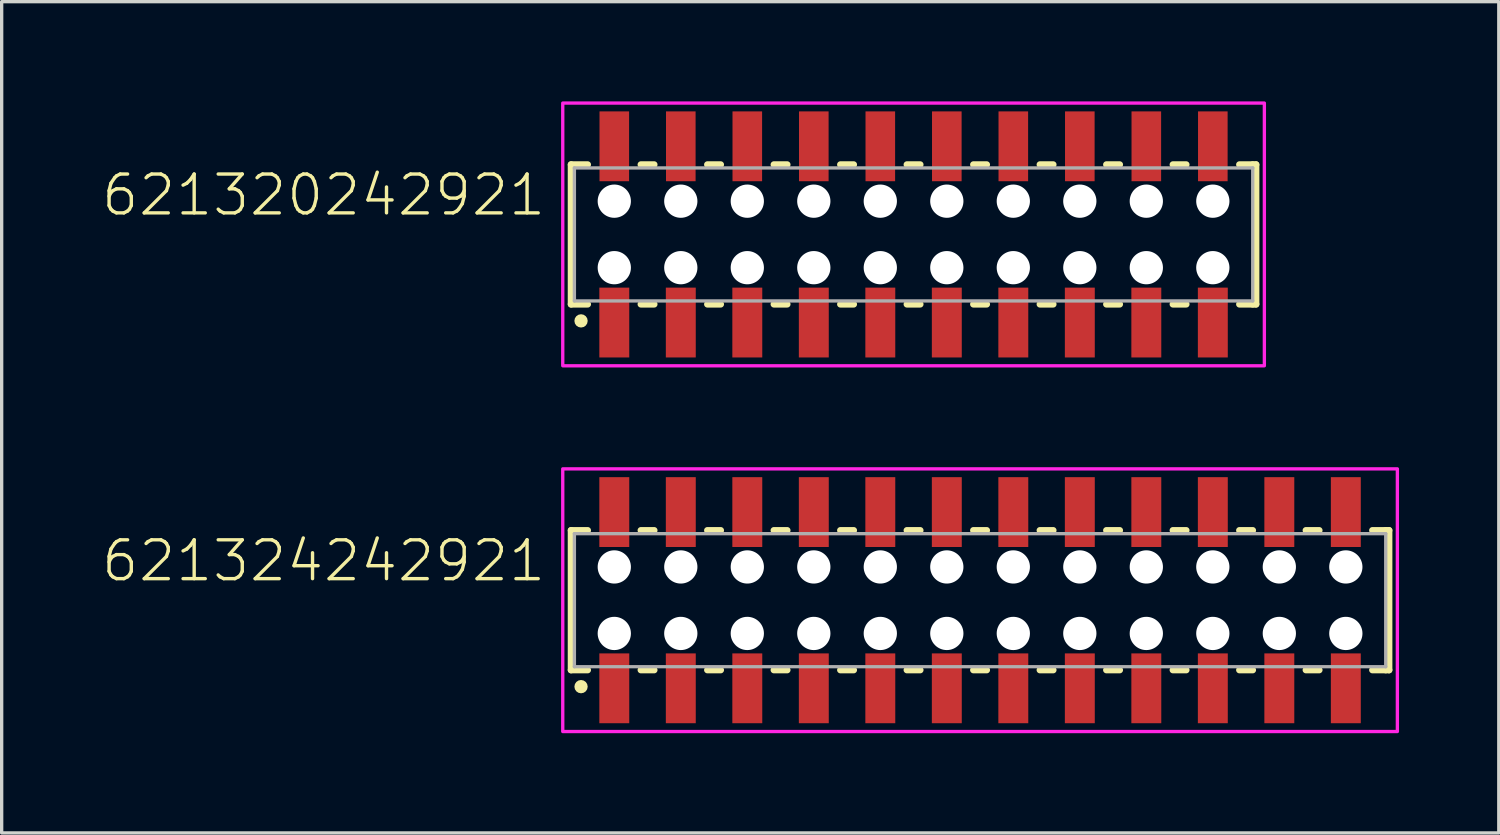
<source format=kicad_pcb>
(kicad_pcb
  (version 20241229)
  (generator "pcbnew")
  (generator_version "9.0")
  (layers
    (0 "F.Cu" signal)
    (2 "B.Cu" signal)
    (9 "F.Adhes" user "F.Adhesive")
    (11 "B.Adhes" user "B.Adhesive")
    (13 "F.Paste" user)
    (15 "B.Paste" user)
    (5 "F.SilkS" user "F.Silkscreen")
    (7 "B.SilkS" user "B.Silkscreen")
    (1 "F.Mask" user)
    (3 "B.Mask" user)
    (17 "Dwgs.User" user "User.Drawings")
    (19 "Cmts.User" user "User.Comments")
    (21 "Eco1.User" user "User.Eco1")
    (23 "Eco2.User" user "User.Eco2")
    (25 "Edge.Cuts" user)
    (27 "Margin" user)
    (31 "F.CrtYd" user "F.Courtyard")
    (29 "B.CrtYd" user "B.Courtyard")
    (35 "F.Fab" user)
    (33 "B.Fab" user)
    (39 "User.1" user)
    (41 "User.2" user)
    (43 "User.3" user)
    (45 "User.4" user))
  (footprint "621320242921"
    (layer "F.Cu")
    (at 24.424 4)
    (property "Reference" "621320242921" (at -11 -0.5 0) (unlocked yes) (layer "F.SilkS") (effects (font (size 1.168 1.168) (thickness 0.102)) (justify right bottom)))
    (fp_line (start -10.3 -2.1) (end -10.3 2.1) (stroke (width 0.2) (type solid)) (layer "F.SilkS"))
    (fp_line (start -10.3 2.1) (end -9.8 2.1) (stroke (width 0.2) (type solid)) (layer "F.SilkS"))
    (fp_line (start -9.8 -2.1) (end -10.3 -2.1) (stroke (width 0.2) (type solid)) (layer "F.SilkS"))
    (fp_line (start -8.2 2.1) (end -7.8 2.1) (stroke (width 0.2) (type solid)) (layer "F.SilkS"))
    (fp_line (start -7.8 -2.1) (end -8.2 -2.1) (stroke (width 0.2) (type solid)) (layer "F.SilkS"))
    (fp_line (start -6.2 2.1) (end -5.8 2.1) (stroke (width 0.2) (type solid)) (layer "F.SilkS"))
    (fp_line (start -5.8 -2.1) (end -6.2 -2.1) (stroke (width 0.2) (type solid)) (layer "F.SilkS"))
    (fp_line (start -4.2 2.1) (end -3.8 2.1) (stroke (width 0.2) (type solid)) (layer "F.SilkS"))
    (fp_line (start -3.8 -2.1) (end -4.2 -2.1) (stroke (width 0.2) (type solid)) (layer "F.SilkS"))
    (fp_line (start -2.2 2.1) (end -1.8 2.1) (stroke (width 0.2) (type solid)) (layer "F.SilkS"))
    (fp_line (start -1.8 -2.1) (end -2.2 -2.1) (stroke (width 0.2) (type solid)) (layer "F.SilkS"))
    (fp_line (start -0.2 2.1) (end 0.2 2.1) (stroke (width 0.2) (type solid)) (layer "F.SilkS"))
    (fp_line (start 0.2 -2.1) (end -0.2 -2.1) (stroke (width 0.2) (type solid)) (layer "F.SilkS"))
    (fp_line (start 1.8 2.1) (end 2.2 2.1) (stroke (width 0.2) (type solid)) (layer "F.SilkS"))
    (fp_line (start 2.2 -2.1) (end 1.8 -2.1) (stroke (width 0.2) (type solid)) (layer "F.SilkS"))
    (fp_line (start 3.8 2.1) (end 4.2 2.1) (stroke (width 0.2) (type solid)) (layer "F.SilkS"))
    (fp_line (start 4.2 -2.1) (end 3.8 -2.1) (stroke (width 0.2) (type solid)) (layer "F.SilkS"))
    (fp_line (start 5.8 2.1) (end 6.2 2.1) (stroke (width 0.2) (type solid)) (layer "F.SilkS"))
    (fp_line (start 6.2 -2.1) (end 5.8 -2.1) (stroke (width 0.2) (type solid)) (layer "F.SilkS"))
    (fp_line (start 7.8 2.1) (end 8.2 2.1) (stroke (width 0.2) (type solid)) (layer "F.SilkS"))
    (fp_line (start 8.2 -2.1) (end 7.8 -2.1) (stroke (width 0.2) (type solid)) (layer "F.SilkS"))
    (fp_line (start 9.8 2.1) (end 10.2 2.1) (stroke (width 0.2) (type solid)) (layer "F.SilkS"))
    (fp_line (start 10.2 -2.1) (end 9.8 -2.1) (stroke (width 0.2) (type solid)) (layer "F.SilkS"))
    (fp_line (start 10.2 -2.1) (end 10.3 -2.1) (stroke (width 0.2) (type solid)) (layer "F.SilkS"))
    (fp_line (start 10.3 -2.1) (end 10.3 2.1) (stroke (width 0.2) (type solid)) (layer "F.SilkS"))
    (fp_line (start 10.3 2.1) (end 10.2 2.1) (stroke (width 0.2) (type solid)) (layer "F.SilkS"))
    (fp_circle (center -10 2.6) (end -9.9 2.6) (stroke (width 0.2) (type solid)) (fill no) (layer "F.SilkS"))
    (fp_poly (pts (xy 10.55 3.95) (xy -10.55 3.95) (xy -10.55 -3.95) (xy 10.55 -3.95)) (stroke (width 0.1) (type default)) (fill no) (layer "F.CrtYd"))
    (fp_line (start -10.2 -2) (end -10.2 2) (stroke (width 0.1) (type solid)) (layer "F.Fab"))
    (fp_line (start -10.2 2) (end 10.2 2) (stroke (width 0.1) (type solid)) (layer "F.Fab"))
    (fp_line (start 10.2 -2) (end -10.2 -2) (stroke (width 0.1) (type solid)) (layer "F.Fab"))
    (fp_line (start 10.2 2) (end 10.2 -2) (stroke (width 0.1) (type solid)) (layer "F.Fab"))
    (pad "" np_thru_hole circle (at -9 -1) (size 1 1) (drill 1) (layers "*.Cu" "*.Mask"))
    (pad "" np_thru_hole circle (at -9 1) (size 1 1) (drill 1) (layers "*.Cu" "*.Mask"))
    (pad "" np_thru_hole circle (at -7 -1) (size 1 1) (drill 1) (layers "*.Cu" "*.Mask"))
    (pad "" np_thru_hole circle (at -7 1) (size 1 1) (drill 1) (layers "*.Cu" "*.Mask"))
    (pad "" np_thru_hole circle (at -5 -1) (size 1 1) (drill 1) (layers "*.Cu" "*.Mask"))
    (pad "" np_thru_hole circle (at -5 1) (size 1 1) (drill 1) (layers "*.Cu" "*.Mask"))
    (pad "" np_thru_hole circle (at -3 -1) (size 1 1) (drill 1) (layers "*.Cu" "*.Mask"))
    (pad "" np_thru_hole circle (at -3 1) (size 1 1) (drill 1) (layers "*.Cu" "*.Mask"))
    (pad "" np_thru_hole circle (at -1 -1) (size 1 1) (drill 1) (layers "*.Cu" "*.Mask"))
    (pad "" np_thru_hole circle (at -1 1) (size 1 1) (drill 1) (layers "*.Cu" "*.Mask"))
    (pad "" np_thru_hole circle (at 1 -1) (size 1 1) (drill 1) (layers "*.Cu" "*.Mask"))
    (pad "" np_thru_hole circle (at 1 1) (size 1 1) (drill 1) (layers "*.Cu" "*.Mask"))
    (pad "" np_thru_hole circle (at 3 -1) (size 1 1) (drill 1) (layers "*.Cu" "*.Mask"))
    (pad "" np_thru_hole circle (at 3 1) (size 1 1) (drill 1) (layers "*.Cu" "*.Mask"))
    (pad "" np_thru_hole circle (at 5 -1) (size 1 1) (drill 1) (layers "*.Cu" "*.Mask"))
    (pad "" np_thru_hole circle (at 5 1) (size 1 1) (drill 1) (layers "*.Cu" "*.Mask"))
    (pad "" np_thru_hole circle (at 7 -1) (size 1 1) (drill 1) (layers "*.Cu" "*.Mask"))
    (pad "" np_thru_hole circle (at 7 1) (size 1 1) (drill 1) (layers "*.Cu" "*.Mask"))
    (pad "" np_thru_hole circle (at 9 -1) (size 1 1) (drill 1) (layers "*.Cu" "*.Mask"))
    (pad "" np_thru_hole circle (at 9 1) (size 1 1) (drill 1) (layers "*.Cu" "*.Mask"))
    (pad "1" smd rect (at -9 2.65) (size 0.9 2.1) (layers "F.Cu" "F.Mask" "F.Paste"))
    (pad "2" smd rect (at -9 -2.65) (size 0.89 2.1) (layers "F.Cu" "F.Mask" "F.Paste"))
    (pad "3" smd rect (at -7 2.65) (size 0.9 2.1) (layers "F.Cu" "F.Mask" "F.Paste"))
    (pad "4" smd rect (at -7 -2.65) (size 0.89 2.1) (layers "F.Cu" "F.Mask" "F.Paste"))
    (pad "5" smd rect (at -5 2.65) (size 0.9 2.1) (layers "F.Cu" "F.Mask" "F.Paste"))
    (pad "6" smd rect (at -5 -2.65) (size 0.89 2.1) (layers "F.Cu" "F.Mask" "F.Paste"))
    (pad "7" smd rect (at -3 2.65) (size 0.9 2.1) (layers "F.Cu" "F.Mask" "F.Paste"))
    (pad "8" smd rect (at -3 -2.65) (size 0.89 2.1) (layers "F.Cu" "F.Mask" "F.Paste"))
    (pad "9" smd rect (at -1 2.65) (size 0.9 2.1) (layers "F.Cu" "F.Mask" "F.Paste"))
    (pad "10" smd rect (at -1 -2.65) (size 0.89 2.1) (layers "F.Cu" "F.Mask" "F.Paste"))
    (pad "11" smd rect (at 1 2.65) (size 0.9 2.1) (layers "F.Cu" "F.Mask" "F.Paste"))
    (pad "12" smd rect (at 1 -2.65) (size 0.89 2.1) (layers "F.Cu" "F.Mask" "F.Paste"))
    (pad "13" smd rect (at 3 2.65) (size 0.9 2.1) (layers "F.Cu" "F.Mask" "F.Paste"))
    (pad "14" smd rect (at 3 -2.65) (size 0.89 2.1) (layers "F.Cu" "F.Mask" "F.Paste"))
    (pad "15" smd rect (at 5 2.65) (size 0.9 2.1) (layers "F.Cu" "F.Mask" "F.Paste"))
    (pad "16" smd rect (at 5 -2.65) (size 0.89 2.1) (layers "F.Cu" "F.Mask" "F.Paste"))
    (pad "17" smd rect (at 7 2.65) (size 0.9 2.1) (layers "F.Cu" "F.Mask" "F.Paste"))
    (pad "18" smd rect (at 7 -2.65) (size 0.89 2.1) (layers "F.Cu" "F.Mask" "F.Paste"))
    (pad "19" smd rect (at 9 2.65) (size 0.9 2.1) (layers "F.Cu" "F.Mask" "F.Paste"))
    (pad "20" smd rect (at 9 -2.65) (size 0.89 2.1) (layers "F.Cu" "F.Mask" "F.Paste")))
  (footprint "621324242921"
    (layer "F.Cu")
    (at 26.424 15)
    (property "Reference" "621324242921" (at -13 -0.5 0) (unlocked yes) (layer "F.SilkS") (effects (font (size 1.168 1.168) (thickness 0.102)) (justify right bottom)))
    (fp_line (start -12.3 -2.1) (end -12.3 2.1) (stroke (width 0.2) (type solid)) (layer "F.SilkS"))
    (fp_line (start -12.3 2.1) (end -11.8 2.1) (stroke (width 0.2) (type solid)) (layer "F.SilkS"))
    (fp_line (start -11.8 -2.1) (end -12.3 -2.1) (stroke (width 0.2) (type solid)) (layer "F.SilkS"))
    (fp_line (start -10.2 2.1) (end -9.8 2.1) (stroke (width 0.2) (type solid)) (layer "F.SilkS"))
    (fp_line (start -9.8 -2.1) (end -10.2 -2.1) (stroke (width 0.2) (type solid)) (layer "F.SilkS"))
    (fp_line (start -8.2 2.1) (end -7.8 2.1) (stroke (width 0.2) (type solid)) (layer "F.SilkS"))
    (fp_line (start -7.8 -2.1) (end -8.2 -2.1) (stroke (width 0.2) (type solid)) (layer "F.SilkS"))
    (fp_line (start -6.2 2.1) (end -5.8 2.1) (stroke (width 0.2) (type solid)) (layer "F.SilkS"))
    (fp_line (start -5.8 -2.1) (end -6.2 -2.1) (stroke (width 0.2) (type solid)) (layer "F.SilkS"))
    (fp_line (start -4.2 2.1) (end -3.8 2.1) (stroke (width 0.2) (type solid)) (layer "F.SilkS"))
    (fp_line (start -3.8 -2.1) (end -4.2 -2.1) (stroke (width 0.2) (type solid)) (layer "F.SilkS"))
    (fp_line (start -2.2 2.1) (end -1.8 2.1) (stroke (width 0.2) (type solid)) (layer "F.SilkS"))
    (fp_line (start -1.8 -2.1) (end -2.2 -2.1) (stroke (width 0.2) (type solid)) (layer "F.SilkS"))
    (fp_line (start -0.2 2.1) (end 0.2 2.1) (stroke (width 0.2) (type solid)) (layer "F.SilkS"))
    (fp_line (start 0.2 -2.1) (end -0.2 -2.1) (stroke (width 0.2) (type solid)) (layer "F.SilkS"))
    (fp_line (start 1.8 2.1) (end 2.2 2.1) (stroke (width 0.2) (type solid)) (layer "F.SilkS"))
    (fp_line (start 2.2 -2.1) (end 1.8 -2.1) (stroke (width 0.2) (type solid)) (layer "F.SilkS"))
    (fp_line (start 3.8 2.1) (end 4.2 2.1) (stroke (width 0.2) (type solid)) (layer "F.SilkS"))
    (fp_line (start 4.2 -2.1) (end 3.8 -2.1) (stroke (width 0.2) (type solid)) (layer "F.SilkS"))
    (fp_line (start 5.8 2.1) (end 6.2 2.1) (stroke (width 0.2) (type solid)) (layer "F.SilkS"))
    (fp_line (start 6.2 -2.1) (end 5.8 -2.1) (stroke (width 0.2) (type solid)) (layer "F.SilkS"))
    (fp_line (start 7.8 2.1) (end 8.2 2.1) (stroke (width 0.2) (type solid)) (layer "F.SilkS"))
    (fp_line (start 8.2 -2.1) (end 7.8 -2.1) (stroke (width 0.2) (type solid)) (layer "F.SilkS"))
    (fp_line (start 9.8 2.1) (end 10.2 2.1) (stroke (width 0.2) (type solid)) (layer "F.SilkS"))
    (fp_line (start 10.2 -2.1) (end 9.8 -2.1) (stroke (width 0.2) (type solid)) (layer "F.SilkS"))
    (fp_line (start 11.8 2.1) (end 12.2 2.1) (stroke (width 0.2) (type solid)) (layer "F.SilkS"))
    (fp_line (start 12.2 -2.1) (end 11.8 -2.1) (stroke (width 0.2) (type solid)) (layer "F.SilkS"))
    (fp_line (start 12.2 -2.1) (end 12.3 -2.1) (stroke (width 0.2) (type solid)) (layer "F.SilkS"))
    (fp_line (start 12.3 -2.1) (end 12.3 2.1) (stroke (width 0.2) (type solid)) (layer "F.SilkS"))
    (fp_line (start 12.3 2.1) (end 12.2 2.1) (stroke (width 0.2) (type solid)) (layer "F.SilkS"))
    (fp_circle (center -12 2.6) (end -11.9 2.6) (stroke (width 0.2) (type solid)) (fill no) (layer "F.SilkS"))
    (fp_poly (pts (xy 12.55 3.95) (xy -12.55 3.95) (xy -12.55 -3.95) (xy 12.55 -3.95)) (stroke (width 0.1) (type default)) (fill no) (layer "F.CrtYd"))
    (fp_line (start -12.2 -2) (end -12.2 2) (stroke (width 0.1) (type solid)) (layer "F.Fab"))
    (fp_line (start -12.2 2) (end 12.2 2) (stroke (width 0.1) (type solid)) (layer "F.Fab"))
    (fp_line (start 12.2 -2) (end -12.2 -2) (stroke (width 0.1) (type solid)) (layer "F.Fab"))
    (fp_line (start 12.2 2) (end 12.2 -2) (stroke (width 0.1) (type solid)) (layer "F.Fab"))
    (pad "" np_thru_hole circle (at -11 -1) (size 1 1) (drill 1) (layers "*.Cu" "*.Mask"))
    (pad "" np_thru_hole circle (at -11 1) (size 1 1) (drill 1) (layers "*.Cu" "*.Mask"))
    (pad "" np_thru_hole circle (at -9 -1) (size 1 1) (drill 1) (layers "*.Cu" "*.Mask"))
    (pad "" np_thru_hole circle (at -9 1) (size 1 1) (drill 1) (layers "*.Cu" "*.Mask"))
    (pad "" np_thru_hole circle (at -7 -1) (size 1 1) (drill 1) (layers "*.Cu" "*.Mask"))
    (pad "" np_thru_hole circle (at -7 1) (size 1 1) (drill 1) (layers "*.Cu" "*.Mask"))
    (pad "" np_thru_hole circle (at -5 -1) (size 1 1) (drill 1) (layers "*.Cu" "*.Mask"))
    (pad "" np_thru_hole circle (at -5 1) (size 1 1) (drill 1) (layers "*.Cu" "*.Mask"))
    (pad "" np_thru_hole circle (at -3 -1) (size 1 1) (drill 1) (layers "*.Cu" "*.Mask"))
    (pad "" np_thru_hole circle (at -3 1) (size 1 1) (drill 1) (layers "*.Cu" "*.Mask"))
    (pad "" np_thru_hole circle (at -1 -1) (size 1 1) (drill 1) (layers "*.Cu" "*.Mask"))
    (pad "" np_thru_hole circle (at -1 1) (size 1 1) (drill 1) (layers "*.Cu" "*.Mask"))
    (pad "" np_thru_hole circle (at 1 -1) (size 1 1) (drill 1) (layers "*.Cu" "*.Mask"))
    (pad "" np_thru_hole circle (at 1 1) (size 1 1) (drill 1) (layers "*.Cu" "*.Mask"))
    (pad "" np_thru_hole circle (at 3 -1) (size 1 1) (drill 1) (layers "*.Cu" "*.Mask"))
    (pad "" np_thru_hole circle (at 3 1) (size 1 1) (drill 1) (layers "*.Cu" "*.Mask"))
    (pad "" np_thru_hole circle (at 5 -1) (size 1 1) (drill 1) (layers "*.Cu" "*.Mask"))
    (pad "" np_thru_hole circle (at 5 1) (size 1 1) (drill 1) (layers "*.Cu" "*.Mask"))
    (pad "" np_thru_hole circle (at 7 -1) (size 1 1) (drill 1) (layers "*.Cu" "*.Mask"))
    (pad "" np_thru_hole circle (at 7 1) (size 1 1) (drill 1) (layers "*.Cu" "*.Mask"))
    (pad "" np_thru_hole circle (at 9 -1) (size 1 1) (drill 1) (layers "*.Cu" "*.Mask"))
    (pad "" np_thru_hole circle (at 9 1) (size 1 1) (drill 1) (layers "*.Cu" "*.Mask"))
    (pad "" np_thru_hole circle (at 11 -1) (size 1 1) (drill 1) (layers "*.Cu" "*.Mask"))
    (pad "" np_thru_hole circle (at 11 1) (size 1 1) (drill 1) (layers "*.Cu" "*.Mask"))
    (pad "1" smd rect (at -11 2.65) (size 0.9 2.1) (layers "F.Cu" "F.Mask" "F.Paste"))
    (pad "2" smd rect (at -11 -2.65) (size 0.9 2.1) (layers "F.Cu" "F.Mask" "F.Paste"))
    (pad "3" smd rect (at -9 2.65) (size 0.9 2.1) (layers "F.Cu" "F.Mask" "F.Paste"))
    (pad "4" smd rect (at -9 -2.65) (size 0.9 2.1) (layers "F.Cu" "F.Mask" "F.Paste"))
    (pad "5" smd rect (at -7 2.65) (size 0.9 2.1) (layers "F.Cu" "F.Mask" "F.Paste"))
    (pad "6" smd rect (at -7 -2.65) (size 0.9 2.1) (layers "F.Cu" "F.Mask" "F.Paste"))
    (pad "7" smd rect (at -5 2.65) (size 0.9 2.1) (layers "F.Cu" "F.Mask" "F.Paste"))
    (pad "8" smd rect (at -5 -2.65) (size 0.9 2.1) (layers "F.Cu" "F.Mask" "F.Paste"))
    (pad "9" smd rect (at -3 2.65) (size 0.9 2.1) (layers "F.Cu" "F.Mask" "F.Paste"))
    (pad "10" smd rect (at -3 -2.65) (size 0.9 2.1) (layers "F.Cu" "F.Mask" "F.Paste"))
    (pad "11" smd rect (at -1 2.65) (size 0.9 2.1) (layers "F.Cu" "F.Mask" "F.Paste"))
    (pad "12" smd rect (at -1 -2.65) (size 0.9 2.1) (layers "F.Cu" "F.Mask" "F.Paste"))
    (pad "13" smd rect (at 1 2.65) (size 0.9 2.1) (layers "F.Cu" "F.Mask" "F.Paste"))
    (pad "14" smd rect (at 1 -2.65) (size 0.9 2.1) (layers "F.Cu" "F.Mask" "F.Paste"))
    (pad "15" smd rect (at 3 2.65) (size 0.9 2.1) (layers "F.Cu" "F.Mask" "F.Paste"))
    (pad "16" smd rect (at 3 -2.65) (size 0.9 2.1) (layers "F.Cu" "F.Mask" "F.Paste"))
    (pad "17" smd rect (at 5 2.65) (size 0.9 2.1) (layers "F.Cu" "F.Mask" "F.Paste"))
    (pad "18" smd rect (at 5 -2.65) (size 0.9 2.1) (layers "F.Cu" "F.Mask" "F.Paste"))
    (pad "19" smd rect (at 7 2.65) (size 0.9 2.1) (layers "F.Cu" "F.Mask" "F.Paste"))
    (pad "20" smd rect (at 7 -2.65) (size 0.9 2.1) (layers "F.Cu" "F.Mask" "F.Paste"))
    (pad "21" smd rect (at 9 2.65) (size 0.9 2.1) (layers "F.Cu" "F.Mask" "F.Paste"))
    (pad "22" smd rect (at 9 -2.65) (size 0.9 2.1) (layers "F.Cu" "F.Mask" "F.Paste"))
    (pad "23" smd rect (at 11 2.65) (size 0.9 2.1) (layers "F.Cu" "F.Mask" "F.Paste"))
    (pad "24" smd rect (at 11 -2.65) (size 0.9 2.1) (layers "F.Cu" "F.Mask" "F.Paste")))
  (gr_rect
    (start -3 -3)
    (end 42.024 22)
    (stroke (width 0.1) (type default))
    (fill no)
    (layer "Edge.Cuts")))
</source>
